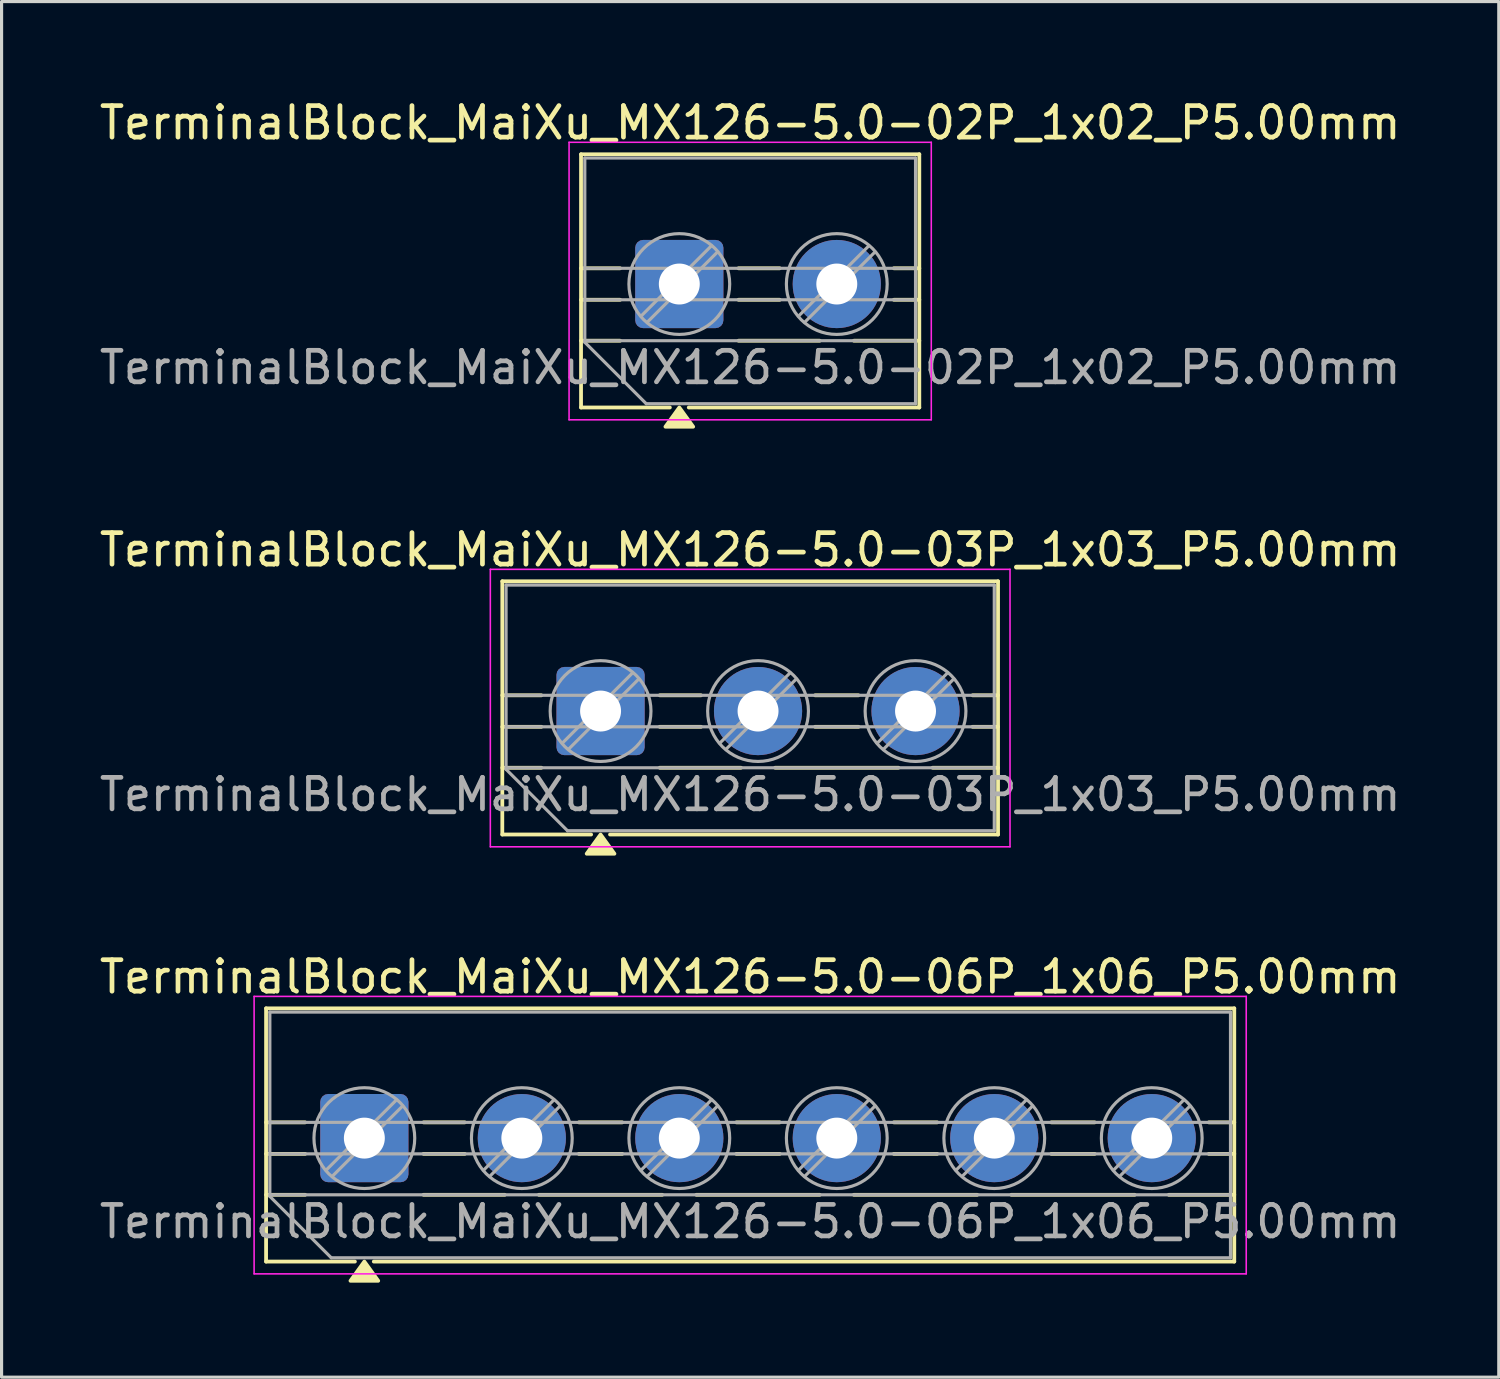
<source format=kicad_pcb>
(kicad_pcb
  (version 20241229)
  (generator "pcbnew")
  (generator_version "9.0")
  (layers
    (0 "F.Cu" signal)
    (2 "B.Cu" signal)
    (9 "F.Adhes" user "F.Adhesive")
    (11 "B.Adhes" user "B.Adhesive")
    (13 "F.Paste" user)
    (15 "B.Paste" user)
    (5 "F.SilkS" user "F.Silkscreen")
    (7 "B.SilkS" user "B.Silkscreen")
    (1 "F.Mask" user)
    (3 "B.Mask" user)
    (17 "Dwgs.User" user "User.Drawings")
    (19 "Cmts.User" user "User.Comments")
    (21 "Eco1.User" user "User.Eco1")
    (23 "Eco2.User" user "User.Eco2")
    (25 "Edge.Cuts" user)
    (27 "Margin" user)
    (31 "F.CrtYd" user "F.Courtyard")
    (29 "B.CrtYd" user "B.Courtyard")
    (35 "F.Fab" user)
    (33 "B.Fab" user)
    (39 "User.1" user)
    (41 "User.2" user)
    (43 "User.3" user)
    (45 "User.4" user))
  (footprint "TerminalBlock_MaiXu_MX126-5.0-02P_1x02_P5.00mm"
    (layer "F.Cu")
    (at 18.518 5.968)
    (property "Reference" "TerminalBlock_MaiXu_MX126-5.0-02P_1x02_P5.00mm" (at 2.25 -5.12 0) (layer "F.SilkS") (effects (font (size 1 1) (thickness 0.15))))
    (attr through_hole)
    (fp_line (start -3.12 -4.12) (end -3.12 3.92) (stroke (width 0.12) (type solid)) (layer "F.SilkS"))
    (fp_line (start -3.12 -4.12) (end 7.62 -4.12) (stroke (width 0.12) (type solid)) (layer "F.SilkS"))
    (fp_line (start -3.12 -0.5) (end -1.88 -0.5) (stroke (width 0.12) (type solid)) (layer "F.SilkS"))
    (fp_line (start -3.12 0.5) (end -1.88 0.5) (stroke (width 0.12) (type solid)) (layer "F.SilkS"))
    (fp_line (start -3.12 1.8) (end -1.88 1.8) (stroke (width 0.12) (type solid)) (layer "F.SilkS"))
    (fp_line (start -3.12 3.92) (end -0.3 3.92) (stroke (width 0.12) (type solid)) (layer "F.SilkS"))
    (fp_line (start 0.3 3.92) (end 7.62 3.92) (stroke (width 0.12) (type solid)) (layer "F.SilkS"))
    (fp_line (start 1.88 -0.5) (end 3.188 -0.5) (stroke (width 0.12) (type solid)) (layer "F.SilkS"))
    (fp_line (start 1.88 0.5) (end 3.188 0.5) (stroke (width 0.12) (type solid)) (layer "F.SilkS"))
    (fp_line (start 1.88 1.8) (end 4.457 1.8) (stroke (width 0.12) (type solid)) (layer "F.SilkS"))
    (fp_line (start 5.543 1.8) (end 7.62 1.8) (stroke (width 0.12) (type solid)) (layer "F.SilkS"))
    (fp_line (start 6.812 -0.5) (end 7.62 -0.5) (stroke (width 0.12) (type solid)) (layer "F.SilkS"))
    (fp_line (start 6.812 0.5) (end 7.62 0.5) (stroke (width 0.12) (type solid)) (layer "F.SilkS"))
    (fp_line (start 7.62 -4.12) (end 7.62 3.92) (stroke (width 0.12) (type solid)) (layer "F.SilkS"))
    (fp_poly (pts (xy 0 3.92) (xy 0.44 4.53) (xy -0.44 4.53)) (stroke (width 0.12) (type solid)) (fill yes) (layer "F.SilkS"))
    (fp_line (start -3.5 -4.5) (end -3.5 4.31) (stroke (width 0.05) (type solid)) (layer "F.CrtYd"))
    (fp_line (start -3.5 4.31) (end 8 4.31) (stroke (width 0.05) (type solid)) (layer "F.CrtYd"))
    (fp_line (start 8 -4.5) (end -3.5 -4.5) (stroke (width 0.05) (type solid)) (layer "F.CrtYd"))
    (fp_line (start 8 4.31) (end 8 -4.5) (stroke (width 0.05) (type solid)) (layer "F.CrtYd"))
    (fp_line (start -3 -4) (end 7.5 -4) (stroke (width 0.1) (type solid)) (layer "F.Fab"))
    (fp_line (start -3 -0.5) (end 7.5 -0.5) (stroke (width 0.1) (type solid)) (layer "F.Fab"))
    (fp_line (start -3 0.5) (end 7.5 0.5) (stroke (width 0.1) (type solid)) (layer "F.Fab"))
    (fp_line (start -3 1.8) (end 7.5 1.8) (stroke (width 0.1) (type solid)) (layer "F.Fab"))
    (fp_line (start -3 1.85) (end -3 -4) (stroke (width 0.1) (type solid)) (layer "F.Fab"))
    (fp_line (start -1.05 3.8) (end -3 1.85) (stroke (width 0.1) (type solid)) (layer "F.Fab"))
    (fp_line (start 1.018 -1.213) (end -1.214 1.018) (stroke (width 0.1) (type solid)) (layer "F.Fab"))
    (fp_line (start 1.213 -1.018) (end -1.018 1.213) (stroke (width 0.1) (type solid)) (layer "F.Fab"))
    (fp_line (start 6.018 -1.213) (end 3.786 1.018) (stroke (width 0.1) (type solid)) (layer "F.Fab"))
    (fp_line (start 6.213 -1.018) (end 3.982 1.213) (stroke (width 0.1) (type solid)) (layer "F.Fab"))
    (fp_line (start 7.5 -4) (end 7.5 3.8) (stroke (width 0.1) (type solid)) (layer "F.Fab"))
    (fp_line (start 7.5 3.8) (end -1.05 3.8) (stroke (width 0.1) (type solid)) (layer "F.Fab"))
    (fp_circle (center 0 0) (end 1.6 0) (stroke (width 0.1) (type solid)) (fill no) (layer "F.Fab"))
    (fp_circle (center 5 0) (end 6.6 0) (stroke (width 0.1) (type solid)) (fill no) (layer "F.Fab"))
    (fp_text user "${REFERENCE}" (at 2.25 2.65 0) (layer "F.Fab") (effects (font (size 1 1) (thickness 0.15))))
    (pad "1" thru_hole roundrect (at 0 0) (size 2.8 2.8) (drill 1.3) (layers "*.Cu" "*.Mask") (roundrect_rratio 0.089))
    (pad "2" thru_hole circle (at 5 0) (size 2.8 2.8) (drill 1.3) (layers "*.Cu" "*.Mask")))
  (footprint "TerminalBlock_MaiXu_MX126-5.0-03P_1x03_P5.00mm"
    (layer "F.Cu")
    (at 16.018 19.526)
    (property "Reference" "TerminalBlock_MaiXu_MX126-5.0-03P_1x03_P5.00mm" (at 4.75 -5.12 0) (layer "F.SilkS") (effects (font (size 1 1) (thickness 0.15))))
    (attr through_hole)
    (fp_line (start -3.12 -4.12) (end -3.12 3.92) (stroke (width 0.12) (type solid)) (layer "F.SilkS"))
    (fp_line (start -3.12 -4.12) (end 12.62 -4.12) (stroke (width 0.12) (type solid)) (layer "F.SilkS"))
    (fp_line (start -3.12 -0.5) (end -1.88 -0.5) (stroke (width 0.12) (type solid)) (layer "F.SilkS"))
    (fp_line (start -3.12 0.5) (end -1.88 0.5) (stroke (width 0.12) (type solid)) (layer "F.SilkS"))
    (fp_line (start -3.12 1.8) (end -1.88 1.8) (stroke (width 0.12) (type solid)) (layer "F.SilkS"))
    (fp_line (start -3.12 3.92) (end -0.3 3.92) (stroke (width 0.12) (type solid)) (layer "F.SilkS"))
    (fp_line (start 0.3 3.92) (end 12.62 3.92) (stroke (width 0.12) (type solid)) (layer "F.SilkS"))
    (fp_line (start 1.88 -0.5) (end 3.188 -0.5) (stroke (width 0.12) (type solid)) (layer "F.SilkS"))
    (fp_line (start 1.88 0.5) (end 3.188 0.5) (stroke (width 0.12) (type solid)) (layer "F.SilkS"))
    (fp_line (start 1.88 1.8) (end 4.457 1.8) (stroke (width 0.12) (type solid)) (layer "F.SilkS"))
    (fp_line (start 5.543 1.8) (end 9.457 1.8) (stroke (width 0.12) (type solid)) (layer "F.SilkS"))
    (fp_line (start 6.812 -0.5) (end 8.188 -0.5) (stroke (width 0.12) (type solid)) (layer "F.SilkS"))
    (fp_line (start 6.812 0.5) (end 8.188 0.5) (stroke (width 0.12) (type solid)) (layer "F.SilkS"))
    (fp_line (start 10.543 1.8) (end 12.62 1.8) (stroke (width 0.12) (type solid)) (layer "F.SilkS"))
    (fp_line (start 11.812 -0.5) (end 12.62 -0.5) (stroke (width 0.12) (type solid)) (layer "F.SilkS"))
    (fp_line (start 11.812 0.5) (end 12.62 0.5) (stroke (width 0.12) (type solid)) (layer "F.SilkS"))
    (fp_line (start 12.62 -4.12) (end 12.62 3.92) (stroke (width 0.12) (type solid)) (layer "F.SilkS"))
    (fp_poly (pts (xy 0 3.92) (xy 0.44 4.53) (xy -0.44 4.53)) (stroke (width 0.12) (type solid)) (fill yes) (layer "F.SilkS"))
    (fp_line (start -3.5 -4.5) (end -3.5 4.31) (stroke (width 0.05) (type solid)) (layer "F.CrtYd"))
    (fp_line (start -3.5 4.31) (end 13 4.31) (stroke (width 0.05) (type solid)) (layer "F.CrtYd"))
    (fp_line (start 13 -4.5) (end -3.5 -4.5) (stroke (width 0.05) (type solid)) (layer "F.CrtYd"))
    (fp_line (start 13 4.31) (end 13 -4.5) (stroke (width 0.05) (type solid)) (layer "F.CrtYd"))
    (fp_line (start -3 -4) (end 12.5 -4) (stroke (width 0.1) (type solid)) (layer "F.Fab"))
    (fp_line (start -3 -0.5) (end 12.5 -0.5) (stroke (width 0.1) (type solid)) (layer "F.Fab"))
    (fp_line (start -3 0.5) (end 12.5 0.5) (stroke (width 0.1) (type solid)) (layer "F.Fab"))
    (fp_line (start -3 1.8) (end 12.5 1.8) (stroke (width 0.1) (type solid)) (layer "F.Fab"))
    (fp_line (start -3 1.85) (end -3 -4) (stroke (width 0.1) (type solid)) (layer "F.Fab"))
    (fp_line (start -1.05 3.8) (end -3 1.85) (stroke (width 0.1) (type solid)) (layer "F.Fab"))
    (fp_line (start 1.018 -1.213) (end -1.214 1.018) (stroke (width 0.1) (type solid)) (layer "F.Fab"))
    (fp_line (start 1.213 -1.018) (end -1.018 1.213) (stroke (width 0.1) (type solid)) (layer "F.Fab"))
    (fp_line (start 6.018 -1.213) (end 3.786 1.018) (stroke (width 0.1) (type solid)) (layer "F.Fab"))
    (fp_line (start 6.213 -1.018) (end 3.982 1.213) (stroke (width 0.1) (type solid)) (layer "F.Fab"))
    (fp_line (start 11.018 -1.213) (end 8.786 1.018) (stroke (width 0.1) (type solid)) (layer "F.Fab"))
    (fp_line (start 11.213 -1.018) (end 8.982 1.213) (stroke (width 0.1) (type solid)) (layer "F.Fab"))
    (fp_line (start 12.5 -4) (end 12.5 3.8) (stroke (width 0.1) (type solid)) (layer "F.Fab"))
    (fp_line (start 12.5 3.8) (end -1.05 3.8) (stroke (width 0.1) (type solid)) (layer "F.Fab"))
    (fp_circle (center 0 0) (end 1.6 0) (stroke (width 0.1) (type solid)) (fill no) (layer "F.Fab"))
    (fp_circle (center 5 0) (end 6.6 0) (stroke (width 0.1) (type solid)) (fill no) (layer "F.Fab"))
    (fp_circle (center 10 0) (end 11.6 0) (stroke (width 0.1) (type solid)) (fill no) (layer "F.Fab"))
    (fp_text user "${REFERENCE}" (at 4.75 2.65 0) (layer "F.Fab") (effects (font (size 1 1) (thickness 0.15))))
    (pad "1" thru_hole roundrect (at 0 0) (size 2.8 2.8) (drill 1.3) (layers "*.Cu" "*.Mask") (roundrect_rratio 0.089))
    (pad "2" thru_hole circle (at 5 0) (size 2.8 2.8) (drill 1.3) (layers "*.Cu" "*.Mask"))
    (pad "3" thru_hole circle (at 10 0) (size 2.8 2.8) (drill 1.3) (layers "*.Cu" "*.Mask")))
  (footprint "TerminalBlock_MaiXu_MX126-5.0-06P_1x06_P5.00mm"
    (layer "F.Cu")
    (at 8.518 33.085)
    (property "Reference" "TerminalBlock_MaiXu_MX126-5.0-06P_1x06_P5.00mm" (at 12.25 -5.12 0) (layer "F.SilkS") (effects (font (size 1 1) (thickness 0.15))))
    (attr through_hole)
    (fp_line (start -3.12 -4.12) (end -3.12 3.92) (stroke (width 0.12) (type solid)) (layer "F.SilkS"))
    (fp_line (start -3.12 -4.12) (end 27.62 -4.12) (stroke (width 0.12) (type solid)) (layer "F.SilkS"))
    (fp_line (start -3.12 -0.5) (end -1.88 -0.5) (stroke (width 0.12) (type solid)) (layer "F.SilkS"))
    (fp_line (start -3.12 0.5) (end -1.88 0.5) (stroke (width 0.12) (type solid)) (layer "F.SilkS"))
    (fp_line (start -3.12 1.8) (end -1.88 1.8) (stroke (width 0.12) (type solid)) (layer "F.SilkS"))
    (fp_line (start -3.12 3.92) (end -0.3 3.92) (stroke (width 0.12) (type solid)) (layer "F.SilkS"))
    (fp_line (start 0.3 3.92) (end 27.62 3.92) (stroke (width 0.12) (type solid)) (layer "F.SilkS"))
    (fp_line (start 1.88 -0.5) (end 3.188 -0.5) (stroke (width 0.12) (type solid)) (layer "F.SilkS"))
    (fp_line (start 1.88 0.5) (end 3.188 0.5) (stroke (width 0.12) (type solid)) (layer "F.SilkS"))
    (fp_line (start 1.88 1.8) (end 4.457 1.8) (stroke (width 0.12) (type solid)) (layer "F.SilkS"))
    (fp_line (start 5.543 1.8) (end 9.457 1.8) (stroke (width 0.12) (type solid)) (layer "F.SilkS"))
    (fp_line (start 6.812 -0.5) (end 8.188 -0.5) (stroke (width 0.12) (type solid)) (layer "F.SilkS"))
    (fp_line (start 6.812 0.5) (end 8.188 0.5) (stroke (width 0.12) (type solid)) (layer "F.SilkS"))
    (fp_line (start 10.543 1.8) (end 14.457 1.8) (stroke (width 0.12) (type solid)) (layer "F.SilkS"))
    (fp_line (start 11.812 -0.5) (end 13.188 -0.5) (stroke (width 0.12) (type solid)) (layer "F.SilkS"))
    (fp_line (start 11.812 0.5) (end 13.188 0.5) (stroke (width 0.12) (type solid)) (layer "F.SilkS"))
    (fp_line (start 15.543 1.8) (end 19.457 1.8) (stroke (width 0.12) (type solid)) (layer "F.SilkS"))
    (fp_line (start 16.812 -0.5) (end 18.188 -0.5) (stroke (width 0.12) (type solid)) (layer "F.SilkS"))
    (fp_line (start 16.812 0.5) (end 18.188 0.5) (stroke (width 0.12) (type solid)) (layer "F.SilkS"))
    (fp_line (start 20.543 1.8) (end 24.457 1.8) (stroke (width 0.12) (type solid)) (layer "F.SilkS"))
    (fp_line (start 21.812 -0.5) (end 23.188 -0.5) (stroke (width 0.12) (type solid)) (layer "F.SilkS"))
    (fp_line (start 21.812 0.5) (end 23.188 0.5) (stroke (width 0.12) (type solid)) (layer "F.SilkS"))
    (fp_line (start 25.543 1.8) (end 27.62 1.8) (stroke (width 0.12) (type solid)) (layer "F.SilkS"))
    (fp_line (start 26.812 -0.5) (end 27.62 -0.5) (stroke (width 0.12) (type solid)) (layer "F.SilkS"))
    (fp_line (start 26.812 0.5) (end 27.62 0.5) (stroke (width 0.12) (type solid)) (layer "F.SilkS"))
    (fp_line (start 27.62 -4.12) (end 27.62 3.92) (stroke (width 0.12) (type solid)) (layer "F.SilkS"))
    (fp_poly (pts (xy 0 3.92) (xy 0.44 4.53) (xy -0.44 4.53)) (stroke (width 0.12) (type solid)) (fill yes) (layer "F.SilkS"))
    (fp_line (start -3.5 -4.5) (end -3.5 4.31) (stroke (width 0.05) (type solid)) (layer "F.CrtYd"))
    (fp_line (start -3.5 4.31) (end 28 4.31) (stroke (width 0.05) (type solid)) (layer "F.CrtYd"))
    (fp_line (start 28 -4.5) (end -3.5 -4.5) (stroke (width 0.05) (type solid)) (layer "F.CrtYd"))
    (fp_line (start 28 4.31) (end 28 -4.5) (stroke (width 0.05) (type solid)) (layer "F.CrtYd"))
    (fp_line (start -3 -4) (end 27.5 -4) (stroke (width 0.1) (type solid)) (layer "F.Fab"))
    (fp_line (start -3 -0.5) (end 27.5 -0.5) (stroke (width 0.1) (type solid)) (layer "F.Fab"))
    (fp_line (start -3 0.5) (end 27.5 0.5) (stroke (width 0.1) (type solid)) (layer "F.Fab"))
    (fp_line (start -3 1.8) (end 27.5 1.8) (stroke (width 0.1) (type solid)) (layer "F.Fab"))
    (fp_line (start -3 1.85) (end -3 -4) (stroke (width 0.1) (type solid)) (layer "F.Fab"))
    (fp_line (start -1.05 3.8) (end -3 1.85) (stroke (width 0.1) (type solid)) (layer "F.Fab"))
    (fp_line (start 1.018 -1.213) (end -1.214 1.018) (stroke (width 0.1) (type solid)) (layer "F.Fab"))
    (fp_line (start 1.213 -1.018) (end -1.018 1.213) (stroke (width 0.1) (type solid)) (layer "F.Fab"))
    (fp_line (start 6.018 -1.213) (end 3.786 1.018) (stroke (width 0.1) (type solid)) (layer "F.Fab"))
    (fp_line (start 6.213 -1.018) (end 3.982 1.213) (stroke (width 0.1) (type solid)) (layer "F.Fab"))
    (fp_line (start 11.018 -1.213) (end 8.786 1.018) (stroke (width 0.1) (type solid)) (layer "F.Fab"))
    (fp_line (start 11.213 -1.018) (end 8.982 1.213) (stroke (width 0.1) (type solid)) (layer "F.Fab"))
    (fp_line (start 16.018 -1.213) (end 13.786 1.018) (stroke (width 0.1) (type solid)) (layer "F.Fab"))
    (fp_line (start 16.213 -1.018) (end 13.982 1.213) (stroke (width 0.1) (type solid)) (layer "F.Fab"))
    (fp_line (start 21.018 -1.213) (end 18.786 1.018) (stroke (width 0.1) (type solid)) (layer "F.Fab"))
    (fp_line (start 21.213 -1.018) (end 18.982 1.213) (stroke (width 0.1) (type solid)) (layer "F.Fab"))
    (fp_line (start 26.018 -1.213) (end 23.786 1.018) (stroke (width 0.1) (type solid)) (layer "F.Fab"))
    (fp_line (start 26.213 -1.018) (end 23.982 1.213) (stroke (width 0.1) (type solid)) (layer "F.Fab"))
    (fp_line (start 27.5 -4) (end 27.5 3.8) (stroke (width 0.1) (type solid)) (layer "F.Fab"))
    (fp_line (start 27.5 3.8) (end -1.05 3.8) (stroke (width 0.1) (type solid)) (layer "F.Fab"))
    (fp_circle (center 0 0) (end 1.6 0) (stroke (width 0.1) (type solid)) (fill no) (layer "F.Fab"))
    (fp_circle (center 5 0) (end 6.6 0) (stroke (width 0.1) (type solid)) (fill no) (layer "F.Fab"))
    (fp_circle (center 10 0) (end 11.6 0) (stroke (width 0.1) (type solid)) (fill no) (layer "F.Fab"))
    (fp_circle (center 15 0) (end 16.6 0) (stroke (width 0.1) (type solid)) (fill no) (layer "F.Fab"))
    (fp_circle (center 20 0) (end 21.6 0) (stroke (width 0.1) (type solid)) (fill no) (layer "F.Fab"))
    (fp_circle (center 25 0) (end 26.6 0) (stroke (width 0.1) (type solid)) (fill no) (layer "F.Fab"))
    (fp_text user "${REFERENCE}" (at 12.25 2.65 0) (layer "F.Fab") (effects (font (size 1 1) (thickness 0.15))))
    (pad "1" thru_hole roundrect (at 0 0) (size 2.8 2.8) (drill 1.3) (layers "*.Cu" "*.Mask") (roundrect_rratio 0.089))
    (pad "2" thru_hole circle (at 5 0) (size 2.8 2.8) (drill 1.3) (layers "*.Cu" "*.Mask"))
    (pad "3" thru_hole circle (at 10 0) (size 2.8 2.8) (drill 1.3) (layers "*.Cu" "*.Mask"))
    (pad "4" thru_hole circle (at 15 0) (size 2.8 2.8) (drill 1.3) (layers "*.Cu" "*.Mask"))
    (pad "5" thru_hole circle (at 20 0) (size 2.8 2.8) (drill 1.3) (layers "*.Cu" "*.Mask"))
    (pad "6" thru_hole circle (at 25 0) (size 2.8 2.8) (drill 1.3) (layers "*.Cu" "*.Mask")))
  (gr_rect
    (start -3 -3)
    (end 44.536 40.675)
    (stroke (width 0.1) (type default))
    (fill no)
    (layer "Edge.Cuts")))
</source>
